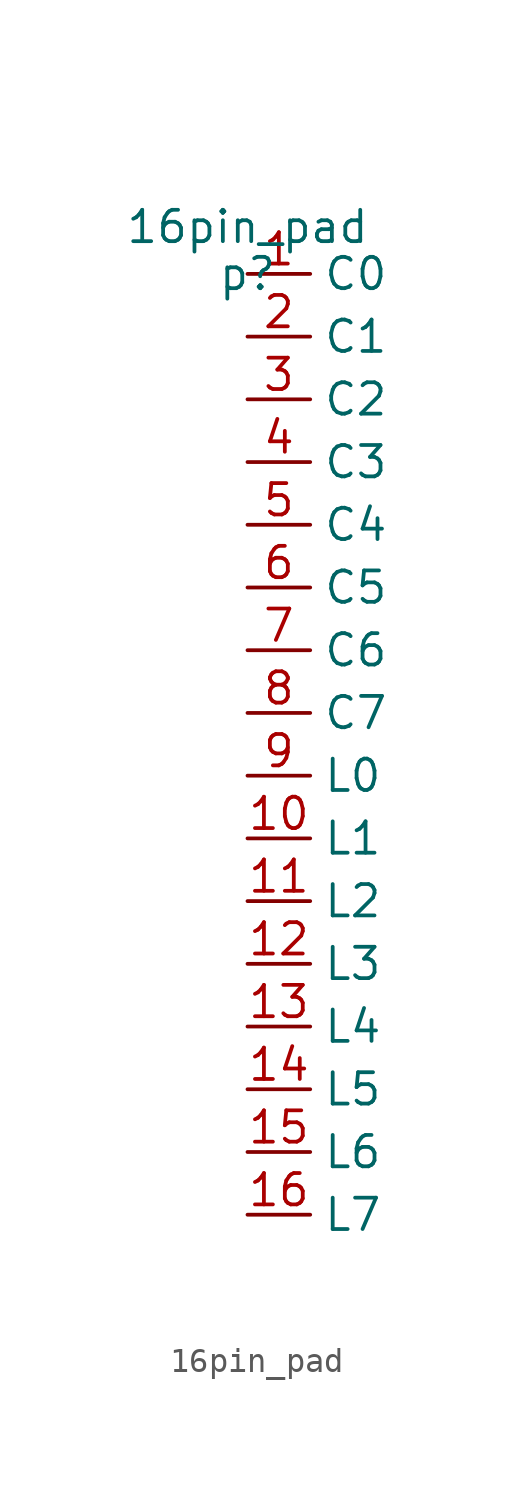
<source format=kicad_sym>
(kicad_symbol_lib
  (version 20211014)
  (generator kicad_symbol_editor)
  (symbol "16pin_pad"
    (property "Reference" "p"
      (at 0 0 0)
      (effects (font (size 1.27 1.27))))
    (property "Value" "16pin_pad"
      (at 0 1.905 0)
      (effects (font (size 1.27 1.27))))
    (symbol "16pin_pad_0_0"
      (pin bidirectional line (at 0 0 0) (length 2.54) (name "C0" (effects (font (size 1.27 1.27)))) (number "1" (effects (font (size 1.27 1.27)))))
      (pin bidirectional line (at 0 -22.86 0) (length 2.54) (name "L1" (effects (font (size 1.27 1.27)))) (number "10" (effects (font (size 1.27 1.27)))))
      (pin bidirectional line (at 0 -25.4 0) (length 2.54) (name "L2" (effects (font (size 1.27 1.27)))) (number "11" (effects (font (size 1.27 1.27)))))
      (pin bidirectional line (at 0 -27.94 0) (length 2.54) (name "L3" (effects (font (size 1.27 1.27)))) (number "12" (effects (font (size 1.27 1.27)))))
      (pin bidirectional line (at 0 -30.48 0) (length 2.54) (name "L4" (effects (font (size 1.27 1.27)))) (number "13" (effects (font (size 1.27 1.27)))))
      (pin bidirectional line (at 0 -33.02 0) (length 2.54) (name "L5" (effects (font (size 1.27 1.27)))) (number "14" (effects (font (size 1.27 1.27)))))
      (pin bidirectional line (at 0 -35.56 0) (length 2.54) (name "L6" (effects (font (size 1.27 1.27)))) (number "15" (effects (font (size 1.27 1.27)))))
      (pin bidirectional line (at 0 -38.1 0) (length 2.54) (name "L7" (effects (font (size 1.27 1.27)))) (number "16" (effects (font (size 1.27 1.27)))))
      (pin bidirectional line (at 0 -2.54 0) (length 2.54) (name "C1" (effects (font (size 1.27 1.27)))) (number "2" (effects (font (size 1.27 1.27)))))
      (pin bidirectional line (at 0 -5.08 0) (length 2.54) (name "C2" (effects (font (size 1.27 1.27)))) (number "3" (effects (font (size 1.27 1.27)))))
      (pin bidirectional line (at 0 -7.62 0) (length 2.54) (name "C3" (effects (font (size 1.27 1.27)))) (number "4" (effects (font (size 1.27 1.27)))))
      (pin bidirectional line (at 0 -10.16 0) (length 2.54) (name "C4" (effects (font (size 1.27 1.27)))) (number "5" (effects (font (size 1.27 1.27)))))
      (pin bidirectional line (at 0 -12.7 0) (length 2.54) (name "C5" (effects (font (size 1.27 1.27)))) (number "6" (effects (font (size 1.27 1.27)))))
      (pin bidirectional line (at 0 -15.24 0) (length 2.54) (name "C6" (effects (font (size 1.27 1.27)))) (number "7" (effects (font (size 1.27 1.27)))))
      (pin bidirectional line (at 0 -17.78 0) (length 2.54) (name "C7" (effects (font (size 1.27 1.27)))) (number "8" (effects (font (size 1.27 1.27)))))
      (pin bidirectional line (at 0 -20.32 0) (length 2.54) (name "L0" (effects (font (size 1.27 1.27)))) (number "9" (effects (font (size 1.27 1.27))))))))
</source>
